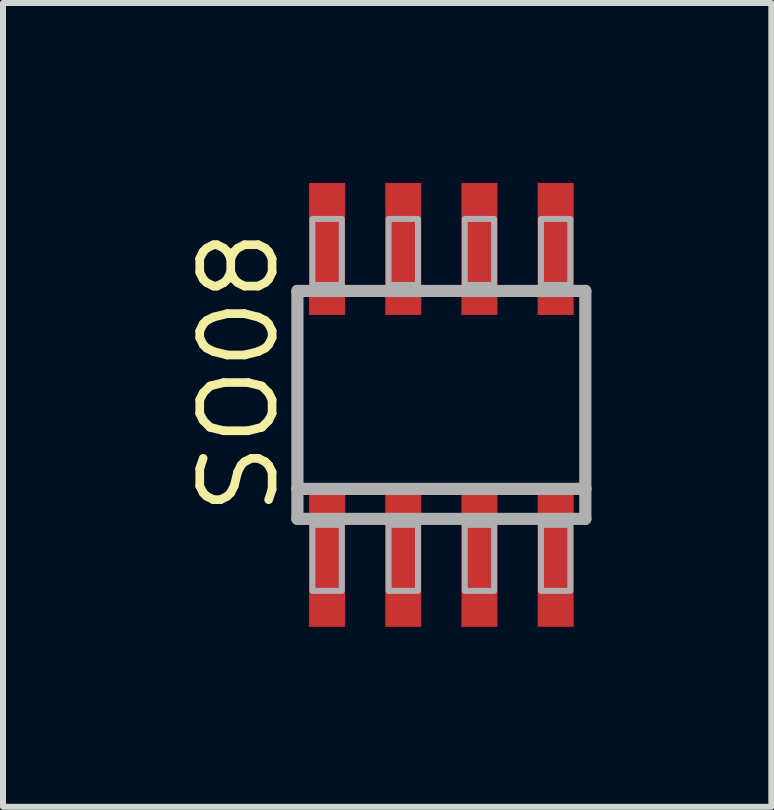
<source format=kicad_pcb>
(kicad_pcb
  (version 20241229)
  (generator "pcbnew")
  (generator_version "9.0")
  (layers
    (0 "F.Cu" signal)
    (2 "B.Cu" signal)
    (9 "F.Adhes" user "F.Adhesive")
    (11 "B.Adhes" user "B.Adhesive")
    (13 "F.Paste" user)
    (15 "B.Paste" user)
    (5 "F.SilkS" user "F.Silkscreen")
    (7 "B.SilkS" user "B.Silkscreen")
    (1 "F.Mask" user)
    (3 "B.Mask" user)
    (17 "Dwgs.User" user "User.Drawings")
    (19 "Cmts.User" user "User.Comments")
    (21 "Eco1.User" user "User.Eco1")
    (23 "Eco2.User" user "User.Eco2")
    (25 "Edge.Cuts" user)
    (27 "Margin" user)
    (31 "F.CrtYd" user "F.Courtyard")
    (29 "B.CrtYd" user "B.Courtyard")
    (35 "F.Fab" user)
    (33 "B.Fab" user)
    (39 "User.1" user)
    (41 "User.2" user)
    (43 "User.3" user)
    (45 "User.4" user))
  (footprint "SO08"
    (layer "F.Cu")
    (at 4.308 3.7)
    (property "Reference" "SO08" (at -2.667 1.905 90) (layer "F.SilkS") (effects (font (size 1.206 1.206) (thickness 0.145)) (justify left bottom)))
    (attr through_hole)
    (fp_line (start -2.4 -1.9) (end 2.4 -1.9) (stroke (width 0.203) (type solid)) (layer "F.Fab"))
    (fp_line (start -2.4 1.4) (end -2.4 -1.9) (stroke (width 0.203) (type solid)) (layer "F.Fab"))
    (fp_line (start -2.4 1.9) (end -2.4 1.4) (stroke (width 0.203) (type solid)) (layer "F.Fab"))
    (fp_line (start 2.4 -1.9) (end 2.4 1.4) (stroke (width 0.203) (type solid)) (layer "F.Fab"))
    (fp_line (start 2.4 1.4) (end -2.4 1.4) (stroke (width 0.203) (type solid)) (layer "F.Fab"))
    (fp_line (start 2.4 1.4) (end 2.4 1.9) (stroke (width 0.203) (type solid)) (layer "F.Fab"))
    (fp_line (start 2.4 1.9) (end -2.4 1.9) (stroke (width 0.203) (type solid)) (layer "F.Fab"))
    (fp_poly (pts (xy -2.15 -2) (xy -1.66 -2) (xy -1.66 -3.1) (xy -2.15 -3.1)) (stroke (width 0.1) (type solid)) (fill no) (layer "F.Fab"))
    (fp_poly (pts (xy -2.15 3.1) (xy -1.66 3.1) (xy -1.66 2) (xy -2.15 2)) (stroke (width 0.1) (type solid)) (fill no) (layer "F.Fab"))
    (fp_poly (pts (xy -0.88 -2) (xy -0.39 -2) (xy -0.39 -3.1) (xy -0.88 -3.1)) (stroke (width 0.1) (type solid)) (fill no) (layer "F.Fab"))
    (fp_poly (pts (xy -0.88 3.1) (xy -0.39 3.1) (xy -0.39 2) (xy -0.88 2)) (stroke (width 0.1) (type solid)) (fill no) (layer "F.Fab"))
    (fp_poly (pts (xy 0.39 -2) (xy 0.88 -2) (xy 0.88 -3.1) (xy 0.39 -3.1)) (stroke (width 0.1) (type solid)) (fill no) (layer "F.Fab"))
    (fp_poly (pts (xy 0.39 3.1) (xy 0.88 3.1) (xy 0.88 2) (xy 0.39 2)) (stroke (width 0.1) (type solid)) (fill no) (layer "F.Fab"))
    (fp_poly (pts (xy 1.66 -2) (xy 2.15 -2) (xy 2.15 -3.1) (xy 1.66 -3.1)) (stroke (width 0.1) (type solid)) (fill no) (layer "F.Fab"))
    (fp_poly (pts (xy 1.66 3.1) (xy 2.15 3.1) (xy 2.15 2) (xy 1.66 2)) (stroke (width 0.1) (type solid)) (fill no) (layer "F.Fab"))
    (pad "1" smd rect (at -1.905 2.6) (size 0.6 2.2) (layers "F.Cu" "F.Mask" "F.Paste"))
    (pad "2" smd rect (at -0.635 2.6) (size 0.6 2.2) (layers "F.Cu" "F.Mask" "F.Paste"))
    (pad "3" smd rect (at 0.635 2.6) (size 0.6 2.2) (layers "F.Cu" "F.Mask" "F.Paste"))
    (pad "4" smd rect (at 1.905 2.6) (size 0.6 2.2) (layers "F.Cu" "F.Mask" "F.Paste"))
    (pad "5" smd rect (at 1.905 -2.6) (size 0.6 2.2) (layers "F.Cu" "F.Mask" "F.Paste"))
    (pad "6" smd rect (at 0.635 -2.6) (size 0.6 2.2) (layers "F.Cu" "F.Mask" "F.Paste"))
    (pad "7" smd rect (at -0.635 -2.6) (size 0.6 2.2) (layers "F.Cu" "F.Mask" "F.Paste"))
    (pad "8" smd rect (at -1.905 -2.6) (size 0.6 2.2) (layers "F.Cu" "F.Mask" "F.Paste")))
  (gr_rect
    (start -3 -3)
    (end 9.809 10.4)
    (stroke (width 0.1) (type default))
    (fill no)
    (layer "Edge.Cuts")))
</source>
